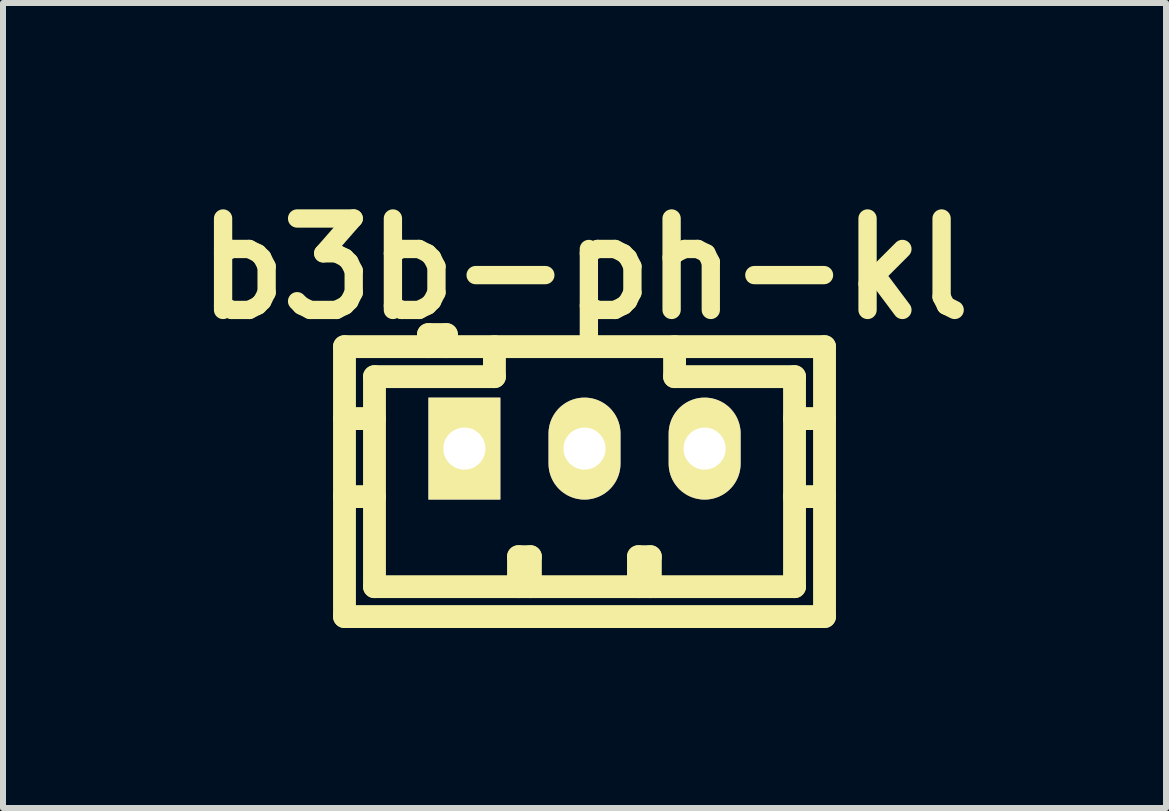
<source format=kicad_pcb>
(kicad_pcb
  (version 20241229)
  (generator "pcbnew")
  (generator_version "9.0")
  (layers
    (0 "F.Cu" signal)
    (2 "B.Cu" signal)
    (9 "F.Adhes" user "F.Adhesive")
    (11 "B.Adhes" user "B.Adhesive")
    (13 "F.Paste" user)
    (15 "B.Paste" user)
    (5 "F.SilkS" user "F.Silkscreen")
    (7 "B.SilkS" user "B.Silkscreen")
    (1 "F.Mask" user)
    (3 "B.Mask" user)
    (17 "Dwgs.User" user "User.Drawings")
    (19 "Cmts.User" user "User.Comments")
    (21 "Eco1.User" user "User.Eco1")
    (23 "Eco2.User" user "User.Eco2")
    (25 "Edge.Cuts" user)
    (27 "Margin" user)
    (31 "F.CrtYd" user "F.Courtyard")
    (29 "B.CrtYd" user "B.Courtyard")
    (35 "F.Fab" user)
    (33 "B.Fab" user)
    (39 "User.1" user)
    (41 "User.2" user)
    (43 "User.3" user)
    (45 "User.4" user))
  (footprint "b3b-ph-kl"
    (layer "F.Cu")
    (at 6.691 4.426)
    (property "Reference" "b3b-ph-kl" (at 0 -3 0) (layer "F.SilkS") (effects (font (size 1.524 1.524) (thickness 0.305))))
    (attr through_hole)
    (fp_line (start -4 -1.699) (end -4 2.799) (stroke (width 0.381) (type solid)) (layer "F.SilkS"))
    (fp_line (start -4 -1.699) (end 4 -1.699) (stroke (width 0.381) (type solid)) (layer "F.SilkS"))
    (fp_line (start -4 2.799) (end 4 2.799) (stroke (width 0.381) (type solid)) (layer "F.SilkS"))
    (fp_line (start -3.5 -1.199) (end -3.5 2.301) (stroke (width 0.381) (type solid)) (layer "F.SilkS"))
    (fp_line (start -3.5 -0.5) (end -4 -0.5) (stroke (width 0.381) (type solid)) (layer "F.SilkS"))
    (fp_line (start -3.5 0.8) (end -4 0.8) (stroke (width 0.381) (type solid)) (layer "F.SilkS"))
    (fp_line (start -2.601 -1.9) (end -2.601 -1.699) (stroke (width 0.381) (type solid)) (layer "F.SilkS"))
    (fp_line (start -2.301 -1.9) (end -2.601 -1.9) (stroke (width 0.381) (type solid)) (layer "F.SilkS"))
    (fp_line (start -2.301 -1.699) (end -2.301 -1.9) (stroke (width 0.381) (type solid)) (layer "F.SilkS"))
    (fp_line (start -1.501 -1.699) (end -1.501 -1.199) (stroke (width 0.381) (type solid)) (layer "F.SilkS"))
    (fp_line (start -1.501 -1.199) (end -3.5 -1.199) (stroke (width 0.381) (type solid)) (layer "F.SilkS"))
    (fp_line (start -1.1 1.801) (end -0.902 1.801) (stroke (width 0.381) (type solid)) (layer "F.SilkS"))
    (fp_line (start -1.1 2.301) (end -1.1 1.801) (stroke (width 0.381) (type solid)) (layer "F.SilkS"))
    (fp_line (start -0.902 1.801) (end -0.902 2.301) (stroke (width 0.381) (type solid)) (layer "F.SilkS"))
    (fp_line (start 0.899 1.801) (end 1.097 1.801) (stroke (width 0.381) (type solid)) (layer "F.SilkS"))
    (fp_line (start 0.899 2.301) (end 0.899 1.801) (stroke (width 0.381) (type solid)) (layer "F.SilkS"))
    (fp_line (start 1.097 1.801) (end 1.097 2.301) (stroke (width 0.381) (type solid)) (layer "F.SilkS"))
    (fp_line (start 1.501 -1.199) (end 1.501 -1.699) (stroke (width 0.381) (type solid)) (layer "F.SilkS"))
    (fp_line (start 3.5 -1.199) (end 1.501 -1.199) (stroke (width 0.381) (type solid)) (layer "F.SilkS"))
    (fp_line (start 3.5 0.8) (end 4 0.8) (stroke (width 0.381) (type solid)) (layer "F.SilkS"))
    (fp_line (start 3.5 2.301) (end -3.5 2.301) (stroke (width 0.381) (type solid)) (layer "F.SilkS"))
    (fp_line (start 3.5 2.301) (end 3.5 -1.199) (stroke (width 0.381) (type solid)) (layer "F.SilkS"))
    (fp_line (start 4 -1.699) (end 4 2.799) (stroke (width 0.381) (type solid)) (layer "F.SilkS"))
    (fp_line (start 4 -0.5) (end 3.5 -0.5) (stroke (width 0.381) (type solid)) (layer "F.SilkS"))
    (pad "1" thru_hole rect (at -2.002 0) (size 1.199 1.699) (drill 0.701) (layers "*.Cu" "*.Mask" "F.SilkS"))
    (pad "2" thru_hole oval (at 0 0) (size 1.199 1.699) (drill 0.701) (layers "*.Cu" "*.Mask" "F.SilkS"))
    (pad "3" thru_hole oval (at 2.002 0) (size 1.199 1.699) (drill 0.701) (layers "*.Cu" "*.Mask" "F.SilkS")))
  (gr_rect
    (start -3 -3)
    (end 16.382 10.416)
    (stroke (width 0.1) (type default))
    (fill no)
    (layer "Edge.Cuts")))
</source>
